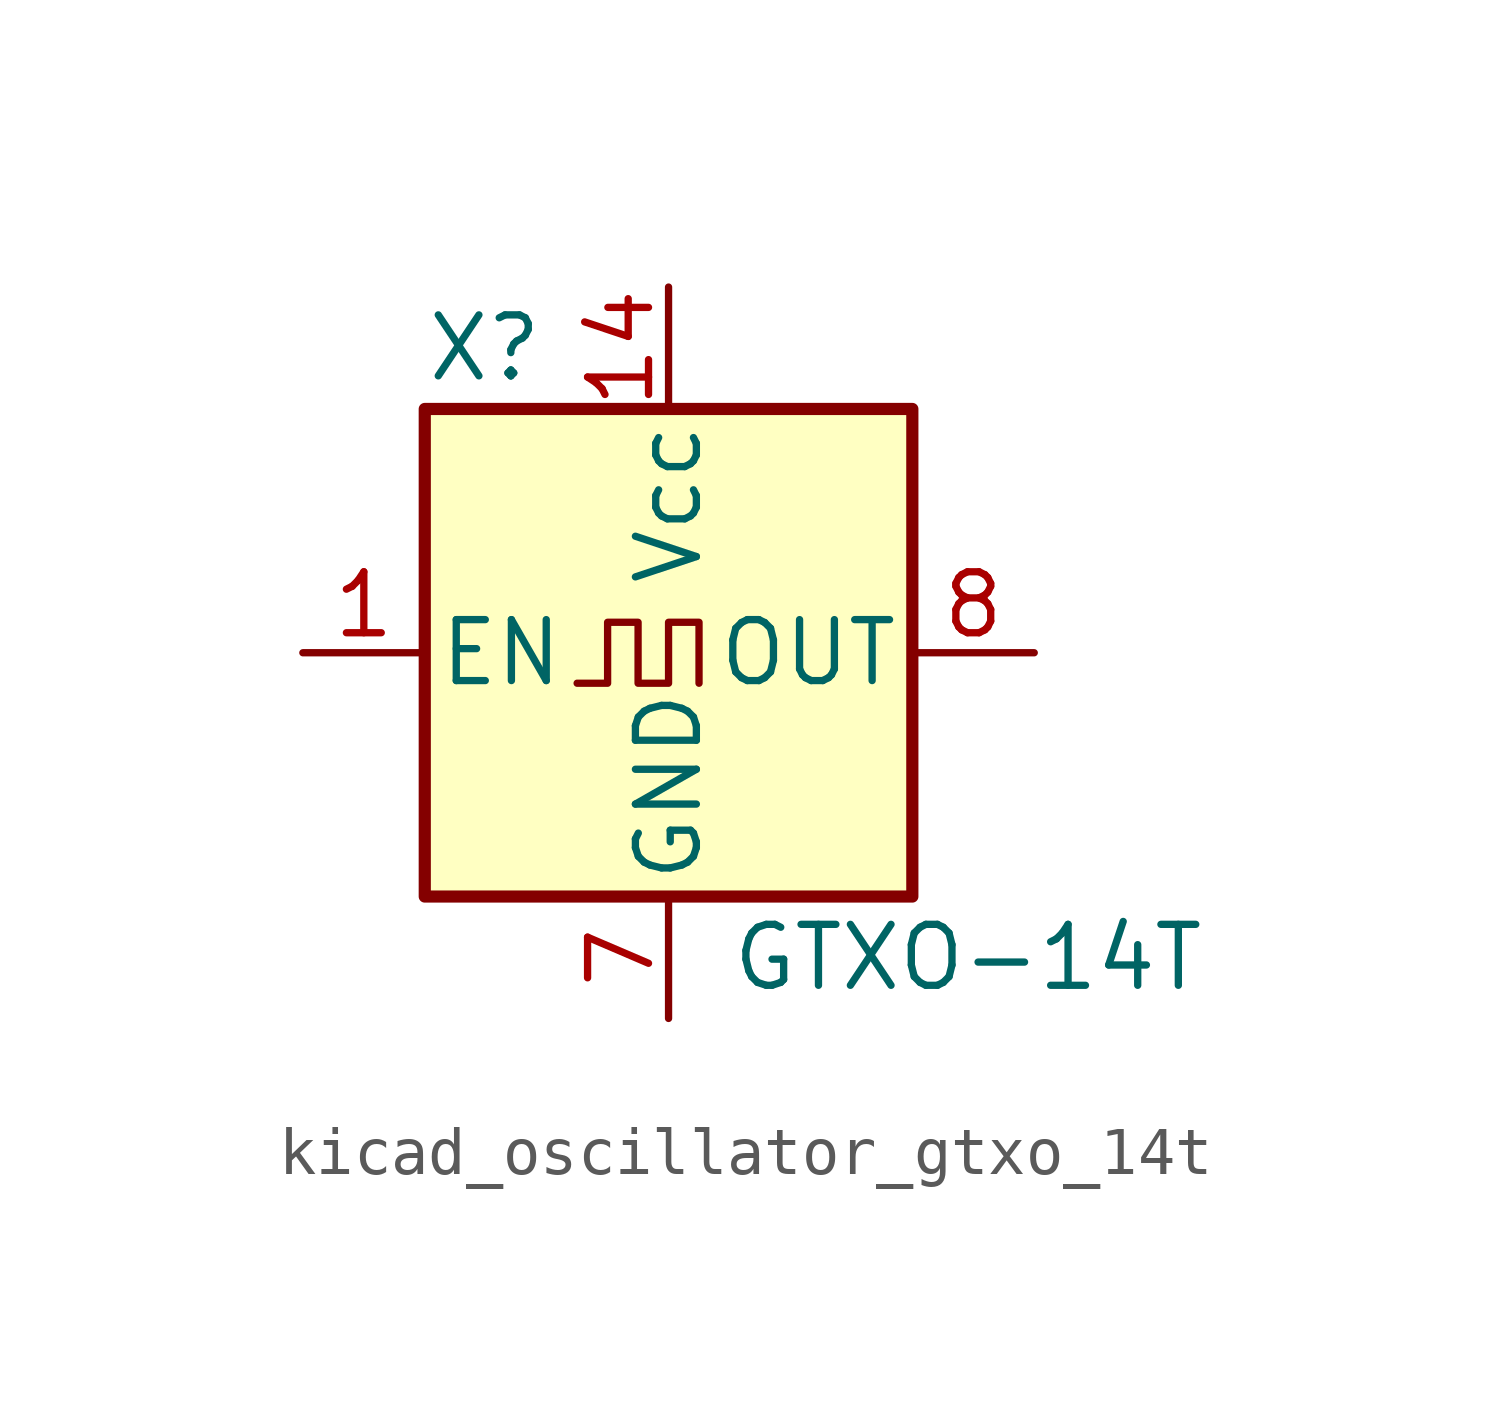
<source format=kicad_sym>
(kicad_symbol_lib
  (version 20220914)
  (generator kicad_symbol_editor)
  (symbol "kicad_oscillator_gtxo_14t"
    (pin_names
      (offset 0.254))
    (property "Reference" "X"
      (at -5.08 6.35 0)
      (effects (font (size 1.27 1.27)) (justify left)))
    (property "Value" "GTXO-14T"
      (at 1.27 -6.35 0)
      (effects (font (size 1.27 1.27)) (justify left)))
    (symbol "kicad_oscillator_gtxo_14t_0_1"
      (rectangle (start -5.08 5.08) (end 5.08 -5.08) (stroke (width 0.254) (type default)) (fill (type background)))
      (polyline (pts (xy -1.905 -0.635) (xy -1.27 -0.635) (xy -1.27 0.635) (xy -0.635 0.635) (xy -0.635 -0.635) (xy 0 -0.635) (xy 0 0.635) (xy 0.635 0.635) (xy 0.635 -0.635)) (stroke (width 0) (type default)) (fill (type none))))
    (symbol "kicad_oscillator_gtxo_14t_1_1"
      (pin input line (at -7.62 0 0) (length 2.54) (name "EN" (effects (font (size 1.27 1.27)))) (number "1" (effects (font (size 1.27 1.27)))))
      (pin power_in line (at 0 7.62 270) (length 2.54) (name "Vcc" (effects (font (size 1.27 1.27)))) (number "14" (effects (font (size 1.27 1.27)))))
      (pin power_in line (at 0 -7.62 90) (length 2.54) (name "GND" (effects (font (size 1.27 1.27)))) (number "7" (effects (font (size 1.27 1.27)))))
      (pin output line (at 7.62 0 180) (length 2.54) (name "OUT" (effects (font (size 1.27 1.27)))) (number "8" (effects (font (size 1.27 1.27))))))))
</source>
